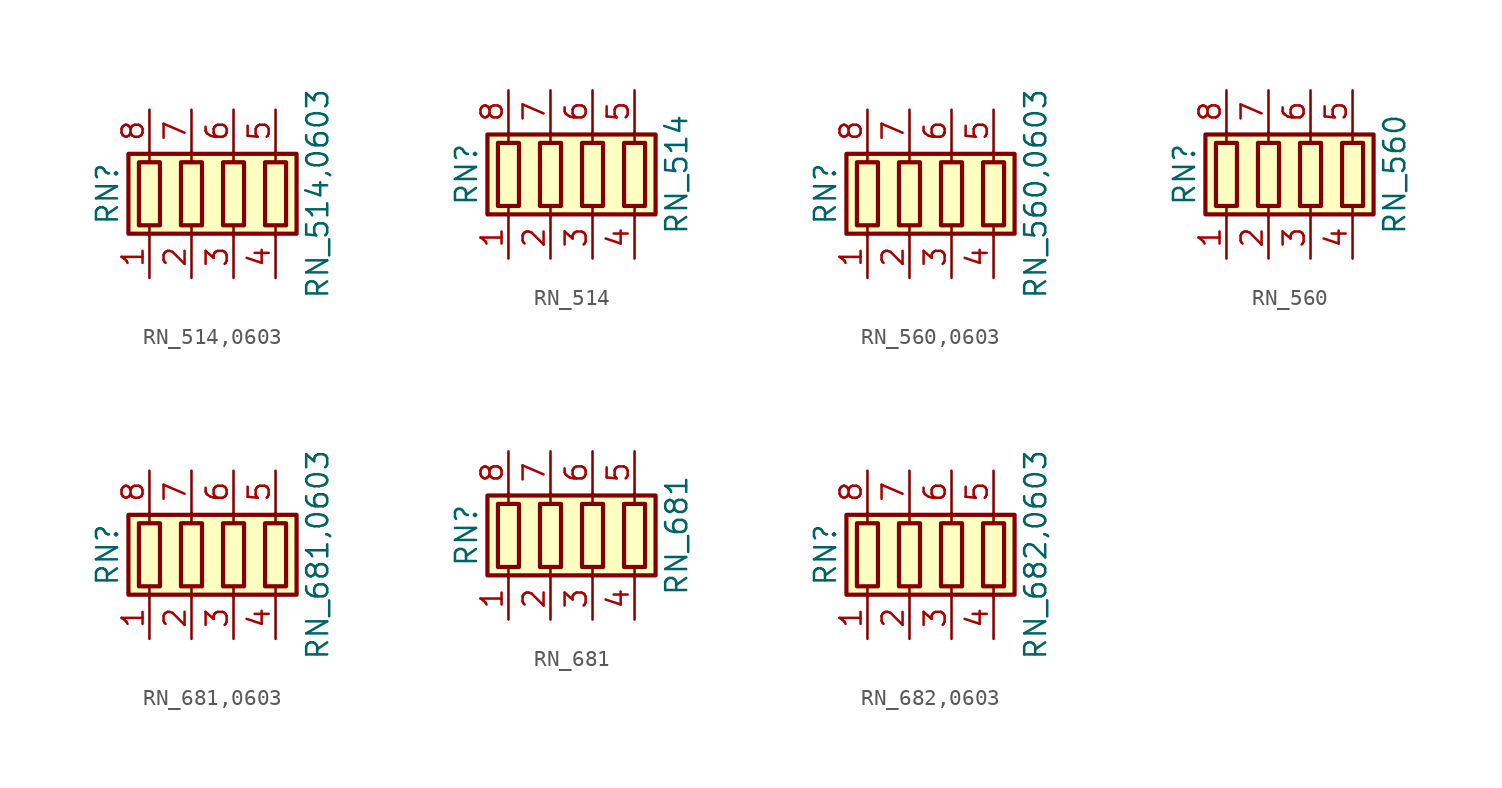
<source format=kicad_sym>
(kicad_symbol_lib
  (version 20211014)
  (generator kicad_symbol_editor)
  (symbol "RN_514,0603"
    (pin_names
      (offset 0) hide)
    (property "Reference" "RN"
      (at -7.62 0 90)
      (effects (font (size 1.27 1.27))))
    (property "Value" "RN_514,0603"
      (at 5.08 0 90)
      (effects (font (size 1.27 1.27))))
    (symbol "RN_514,0603_0_1"
      (rectangle (start -6.35 -2.413) (end 3.81 2.413) (stroke (width 0.254) (type default) (color 0 0 0 0)) (fill (type background)))
      (rectangle (start -5.715 1.905) (end -4.445 -1.905) (stroke (width 0.254) (type default) (color 0 0 0 0)) (fill (type none)))
      (rectangle (start -3.175 1.905) (end -1.905 -1.905) (stroke (width 0.254) (type default) (color 0 0 0 0)) (fill (type none)))
      (rectangle (start -0.635 1.905) (end 0.635 -1.905) (stroke (width 0.254) (type default) (color 0 0 0 0)) (fill (type none)))
      (polyline (pts (xy -5.08 -2.54) (xy -5.08 -1.905)) (stroke (width 0) (type default) (color 0 0 0 0)) (fill (type none)))
      (polyline (pts (xy -5.08 1.905) (xy -5.08 2.54)) (stroke (width 0) (type default) (color 0 0 0 0)) (fill (type none)))
      (polyline (pts (xy -2.54 -2.54) (xy -2.54 -1.905)) (stroke (width 0) (type default) (color 0 0 0 0)) (fill (type none)))
      (polyline (pts (xy -2.54 1.905) (xy -2.54 2.54)) (stroke (width 0) (type default) (color 0 0 0 0)) (fill (type none)))
      (polyline (pts (xy 0 -2.54) (xy 0 -1.905)) (stroke (width 0) (type default) (color 0 0 0 0)) (fill (type none)))
      (polyline (pts (xy 0 1.905) (xy 0 2.54)) (stroke (width 0) (type default) (color 0 0 0 0)) (fill (type none)))
      (polyline (pts (xy 2.54 -2.54) (xy 2.54 -1.905)) (stroke (width 0) (type default) (color 0 0 0 0)) (fill (type none)))
      (polyline (pts (xy 2.54 1.905) (xy 2.54 2.54)) (stroke (width 0) (type default) (color 0 0 0 0)) (fill (type none)))
      (rectangle (start 1.905 1.905) (end 3.175 -1.905) (stroke (width 0.254) (type default) (color 0 0 0 0)) (fill (type none))))
    (symbol "RN_514,0603_1_1"
      (pin passive line (at -5.08 -5.08 90) (length 2.54) (name "R1.1" (effects (font (size 1.27 1.27)))) (number "1" (effects (font (size 1.27 1.27)))))
      (pin passive line (at -2.54 -5.08 90) (length 2.54) (name "R2.1" (effects (font (size 1.27 1.27)))) (number "2" (effects (font (size 1.27 1.27)))))
      (pin passive line (at 0 -5.08 90) (length 2.54) (name "R3.1" (effects (font (size 1.27 1.27)))) (number "3" (effects (font (size 1.27 1.27)))))
      (pin passive line (at 2.54 -5.08 90) (length 2.54) (name "R4.1" (effects (font (size 1.27 1.27)))) (number "4" (effects (font (size 1.27 1.27)))))
      (pin passive line (at 2.54 5.08 270) (length 2.54) (name "R4.2" (effects (font (size 1.27 1.27)))) (number "5" (effects (font (size 1.27 1.27)))))
      (pin passive line (at 0 5.08 270) (length 2.54) (name "R3.2" (effects (font (size 1.27 1.27)))) (number "6" (effects (font (size 1.27 1.27)))))
      (pin passive line (at -2.54 5.08 270) (length 2.54) (name "R2.2" (effects (font (size 1.27 1.27)))) (number "7" (effects (font (size 1.27 1.27)))))
      (pin passive line (at -5.08 5.08 270) (length 2.54) (name "R1.2" (effects (font (size 1.27 1.27)))) (number "8" (effects (font (size 1.27 1.27)))))))
  (symbol "RN_514"
    (pin_names
      (offset 0) hide)
    (property "Reference" "RN"
      (at -7.62 0 90)
      (effects (font (size 1.27 1.27))))
    (property "Value" "RN_514"
      (at 5.08 0 90)
      (effects (font (size 1.27 1.27))))
    (symbol "RN_514_0_1"
      (rectangle (start -6.35 -2.413) (end 3.81 2.413) (stroke (width 0.254) (type default) (color 0 0 0 0)) (fill (type background)))
      (rectangle (start -5.715 1.905) (end -4.445 -1.905) (stroke (width 0.254) (type default) (color 0 0 0 0)) (fill (type none)))
      (rectangle (start -3.175 1.905) (end -1.905 -1.905) (stroke (width 0.254) (type default) (color 0 0 0 0)) (fill (type none)))
      (rectangle (start -0.635 1.905) (end 0.635 -1.905) (stroke (width 0.254) (type default) (color 0 0 0 0)) (fill (type none)))
      (polyline (pts (xy -5.08 -2.54) (xy -5.08 -1.905)) (stroke (width 0) (type default) (color 0 0 0 0)) (fill (type none)))
      (polyline (pts (xy -5.08 1.905) (xy -5.08 2.54)) (stroke (width 0) (type default) (color 0 0 0 0)) (fill (type none)))
      (polyline (pts (xy -2.54 -2.54) (xy -2.54 -1.905)) (stroke (width 0) (type default) (color 0 0 0 0)) (fill (type none)))
      (polyline (pts (xy -2.54 1.905) (xy -2.54 2.54)) (stroke (width 0) (type default) (color 0 0 0 0)) (fill (type none)))
      (polyline (pts (xy 0 -2.54) (xy 0 -1.905)) (stroke (width 0) (type default) (color 0 0 0 0)) (fill (type none)))
      (polyline (pts (xy 0 1.905) (xy 0 2.54)) (stroke (width 0) (type default) (color 0 0 0 0)) (fill (type none)))
      (polyline (pts (xy 2.54 -2.54) (xy 2.54 -1.905)) (stroke (width 0) (type default) (color 0 0 0 0)) (fill (type none)))
      (polyline (pts (xy 2.54 1.905) (xy 2.54 2.54)) (stroke (width 0) (type default) (color 0 0 0 0)) (fill (type none)))
      (rectangle (start 1.905 1.905) (end 3.175 -1.905) (stroke (width 0.254) (type default) (color 0 0 0 0)) (fill (type none))))
    (symbol "RN_514_1_1"
      (pin passive line (at -5.08 -5.08 90) (length 2.54) (name "R1.1" (effects (font (size 1.27 1.27)))) (number "1" (effects (font (size 1.27 1.27)))))
      (pin passive line (at -2.54 -5.08 90) (length 2.54) (name "R2.1" (effects (font (size 1.27 1.27)))) (number "2" (effects (font (size 1.27 1.27)))))
      (pin passive line (at 0 -5.08 90) (length 2.54) (name "R3.1" (effects (font (size 1.27 1.27)))) (number "3" (effects (font (size 1.27 1.27)))))
      (pin passive line (at 2.54 -5.08 90) (length 2.54) (name "R4.1" (effects (font (size 1.27 1.27)))) (number "4" (effects (font (size 1.27 1.27)))))
      (pin passive line (at 2.54 5.08 270) (length 2.54) (name "R4.2" (effects (font (size 1.27 1.27)))) (number "5" (effects (font (size 1.27 1.27)))))
      (pin passive line (at 0 5.08 270) (length 2.54) (name "R3.2" (effects (font (size 1.27 1.27)))) (number "6" (effects (font (size 1.27 1.27)))))
      (pin passive line (at -2.54 5.08 270) (length 2.54) (name "R2.2" (effects (font (size 1.27 1.27)))) (number "7" (effects (font (size 1.27 1.27)))))
      (pin passive line (at -5.08 5.08 270) (length 2.54) (name "R1.2" (effects (font (size 1.27 1.27)))) (number "8" (effects (font (size 1.27 1.27)))))))
  (symbol "RN_560,0603"
    (pin_names
      (offset 0) hide)
    (property "Reference" "RN"
      (at -7.62 0 90)
      (effects (font (size 1.27 1.27))))
    (property "Value" "RN_560,0603"
      (at 5.08 0 90)
      (effects (font (size 1.27 1.27))))
    (symbol "RN_560,0603_0_1"
      (rectangle (start -6.35 -2.413) (end 3.81 2.413) (stroke (width 0.254) (type default) (color 0 0 0 0)) (fill (type background)))
      (rectangle (start -5.715 1.905) (end -4.445 -1.905) (stroke (width 0.254) (type default) (color 0 0 0 0)) (fill (type none)))
      (rectangle (start -3.175 1.905) (end -1.905 -1.905) (stroke (width 0.254) (type default) (color 0 0 0 0)) (fill (type none)))
      (rectangle (start -0.635 1.905) (end 0.635 -1.905) (stroke (width 0.254) (type default) (color 0 0 0 0)) (fill (type none)))
      (polyline (pts (xy -5.08 -2.54) (xy -5.08 -1.905)) (stroke (width 0) (type default) (color 0 0 0 0)) (fill (type none)))
      (polyline (pts (xy -5.08 1.905) (xy -5.08 2.54)) (stroke (width 0) (type default) (color 0 0 0 0)) (fill (type none)))
      (polyline (pts (xy -2.54 -2.54) (xy -2.54 -1.905)) (stroke (width 0) (type default) (color 0 0 0 0)) (fill (type none)))
      (polyline (pts (xy -2.54 1.905) (xy -2.54 2.54)) (stroke (width 0) (type default) (color 0 0 0 0)) (fill (type none)))
      (polyline (pts (xy 0 -2.54) (xy 0 -1.905)) (stroke (width 0) (type default) (color 0 0 0 0)) (fill (type none)))
      (polyline (pts (xy 0 1.905) (xy 0 2.54)) (stroke (width 0) (type default) (color 0 0 0 0)) (fill (type none)))
      (polyline (pts (xy 2.54 -2.54) (xy 2.54 -1.905)) (stroke (width 0) (type default) (color 0 0 0 0)) (fill (type none)))
      (polyline (pts (xy 2.54 1.905) (xy 2.54 2.54)) (stroke (width 0) (type default) (color 0 0 0 0)) (fill (type none)))
      (rectangle (start 1.905 1.905) (end 3.175 -1.905) (stroke (width 0.254) (type default) (color 0 0 0 0)) (fill (type none))))
    (symbol "RN_560,0603_1_1"
      (pin passive line (at -5.08 -5.08 90) (length 2.54) (name "R1.1" (effects (font (size 1.27 1.27)))) (number "1" (effects (font (size 1.27 1.27)))))
      (pin passive line (at -2.54 -5.08 90) (length 2.54) (name "R2.1" (effects (font (size 1.27 1.27)))) (number "2" (effects (font (size 1.27 1.27)))))
      (pin passive line (at 0 -5.08 90) (length 2.54) (name "R3.1" (effects (font (size 1.27 1.27)))) (number "3" (effects (font (size 1.27 1.27)))))
      (pin passive line (at 2.54 -5.08 90) (length 2.54) (name "R4.1" (effects (font (size 1.27 1.27)))) (number "4" (effects (font (size 1.27 1.27)))))
      (pin passive line (at 2.54 5.08 270) (length 2.54) (name "R4.2" (effects (font (size 1.27 1.27)))) (number "5" (effects (font (size 1.27 1.27)))))
      (pin passive line (at 0 5.08 270) (length 2.54) (name "R3.2" (effects (font (size 1.27 1.27)))) (number "6" (effects (font (size 1.27 1.27)))))
      (pin passive line (at -2.54 5.08 270) (length 2.54) (name "R2.2" (effects (font (size 1.27 1.27)))) (number "7" (effects (font (size 1.27 1.27)))))
      (pin passive line (at -5.08 5.08 270) (length 2.54) (name "R1.2" (effects (font (size 1.27 1.27)))) (number "8" (effects (font (size 1.27 1.27)))))))
  (symbol "RN_560"
    (pin_names
      (offset 0) hide)
    (property "Reference" "RN"
      (at -7.62 0 90)
      (effects (font (size 1.27 1.27))))
    (property "Value" "RN_560"
      (at 5.08 0 90)
      (effects (font (size 1.27 1.27))))
    (symbol "RN_560_0_1"
      (rectangle (start -6.35 -2.413) (end 3.81 2.413) (stroke (width 0.254) (type default) (color 0 0 0 0)) (fill (type background)))
      (rectangle (start -5.715 1.905) (end -4.445 -1.905) (stroke (width 0.254) (type default) (color 0 0 0 0)) (fill (type none)))
      (rectangle (start -3.175 1.905) (end -1.905 -1.905) (stroke (width 0.254) (type default) (color 0 0 0 0)) (fill (type none)))
      (rectangle (start -0.635 1.905) (end 0.635 -1.905) (stroke (width 0.254) (type default) (color 0 0 0 0)) (fill (type none)))
      (polyline (pts (xy -5.08 -2.54) (xy -5.08 -1.905)) (stroke (width 0) (type default) (color 0 0 0 0)) (fill (type none)))
      (polyline (pts (xy -5.08 1.905) (xy -5.08 2.54)) (stroke (width 0) (type default) (color 0 0 0 0)) (fill (type none)))
      (polyline (pts (xy -2.54 -2.54) (xy -2.54 -1.905)) (stroke (width 0) (type default) (color 0 0 0 0)) (fill (type none)))
      (polyline (pts (xy -2.54 1.905) (xy -2.54 2.54)) (stroke (width 0) (type default) (color 0 0 0 0)) (fill (type none)))
      (polyline (pts (xy 0 -2.54) (xy 0 -1.905)) (stroke (width 0) (type default) (color 0 0 0 0)) (fill (type none)))
      (polyline (pts (xy 0 1.905) (xy 0 2.54)) (stroke (width 0) (type default) (color 0 0 0 0)) (fill (type none)))
      (polyline (pts (xy 2.54 -2.54) (xy 2.54 -1.905)) (stroke (width 0) (type default) (color 0 0 0 0)) (fill (type none)))
      (polyline (pts (xy 2.54 1.905) (xy 2.54 2.54)) (stroke (width 0) (type default) (color 0 0 0 0)) (fill (type none)))
      (rectangle (start 1.905 1.905) (end 3.175 -1.905) (stroke (width 0.254) (type default) (color 0 0 0 0)) (fill (type none))))
    (symbol "RN_560_1_1"
      (pin passive line (at -5.08 -5.08 90) (length 2.54) (name "R1.1" (effects (font (size 1.27 1.27)))) (number "1" (effects (font (size 1.27 1.27)))))
      (pin passive line (at -2.54 -5.08 90) (length 2.54) (name "R2.1" (effects (font (size 1.27 1.27)))) (number "2" (effects (font (size 1.27 1.27)))))
      (pin passive line (at 0 -5.08 90) (length 2.54) (name "R3.1" (effects (font (size 1.27 1.27)))) (number "3" (effects (font (size 1.27 1.27)))))
      (pin passive line (at 2.54 -5.08 90) (length 2.54) (name "R4.1" (effects (font (size 1.27 1.27)))) (number "4" (effects (font (size 1.27 1.27)))))
      (pin passive line (at 2.54 5.08 270) (length 2.54) (name "R4.2" (effects (font (size 1.27 1.27)))) (number "5" (effects (font (size 1.27 1.27)))))
      (pin passive line (at 0 5.08 270) (length 2.54) (name "R3.2" (effects (font (size 1.27 1.27)))) (number "6" (effects (font (size 1.27 1.27)))))
      (pin passive line (at -2.54 5.08 270) (length 2.54) (name "R2.2" (effects (font (size 1.27 1.27)))) (number "7" (effects (font (size 1.27 1.27)))))
      (pin passive line (at -5.08 5.08 270) (length 2.54) (name "R1.2" (effects (font (size 1.27 1.27)))) (number "8" (effects (font (size 1.27 1.27)))))))
  (symbol "RN_681,0603"
    (pin_names
      (offset 0) hide)
    (property "Reference" "RN"
      (at -7.62 0 90)
      (effects (font (size 1.27 1.27))))
    (property "Value" "RN_681,0603"
      (at 5.08 0 90)
      (effects (font (size 1.27 1.27))))
    (symbol "RN_681,0603_0_1"
      (rectangle (start -6.35 -2.413) (end 3.81 2.413) (stroke (width 0.254) (type default) (color 0 0 0 0)) (fill (type background)))
      (rectangle (start -5.715 1.905) (end -4.445 -1.905) (stroke (width 0.254) (type default) (color 0 0 0 0)) (fill (type none)))
      (rectangle (start -3.175 1.905) (end -1.905 -1.905) (stroke (width 0.254) (type default) (color 0 0 0 0)) (fill (type none)))
      (rectangle (start -0.635 1.905) (end 0.635 -1.905) (stroke (width 0.254) (type default) (color 0 0 0 0)) (fill (type none)))
      (polyline (pts (xy -5.08 -2.54) (xy -5.08 -1.905)) (stroke (width 0) (type default) (color 0 0 0 0)) (fill (type none)))
      (polyline (pts (xy -5.08 1.905) (xy -5.08 2.54)) (stroke (width 0) (type default) (color 0 0 0 0)) (fill (type none)))
      (polyline (pts (xy -2.54 -2.54) (xy -2.54 -1.905)) (stroke (width 0) (type default) (color 0 0 0 0)) (fill (type none)))
      (polyline (pts (xy -2.54 1.905) (xy -2.54 2.54)) (stroke (width 0) (type default) (color 0 0 0 0)) (fill (type none)))
      (polyline (pts (xy 0 -2.54) (xy 0 -1.905)) (stroke (width 0) (type default) (color 0 0 0 0)) (fill (type none)))
      (polyline (pts (xy 0 1.905) (xy 0 2.54)) (stroke (width 0) (type default) (color 0 0 0 0)) (fill (type none)))
      (polyline (pts (xy 2.54 -2.54) (xy 2.54 -1.905)) (stroke (width 0) (type default) (color 0 0 0 0)) (fill (type none)))
      (polyline (pts (xy 2.54 1.905) (xy 2.54 2.54)) (stroke (width 0) (type default) (color 0 0 0 0)) (fill (type none)))
      (rectangle (start 1.905 1.905) (end 3.175 -1.905) (stroke (width 0.254) (type default) (color 0 0 0 0)) (fill (type none))))
    (symbol "RN_681,0603_1_1"
      (pin passive line (at -5.08 -5.08 90) (length 2.54) (name "R1.1" (effects (font (size 1.27 1.27)))) (number "1" (effects (font (size 1.27 1.27)))))
      (pin passive line (at -2.54 -5.08 90) (length 2.54) (name "R2.1" (effects (font (size 1.27 1.27)))) (number "2" (effects (font (size 1.27 1.27)))))
      (pin passive line (at 0 -5.08 90) (length 2.54) (name "R3.1" (effects (font (size 1.27 1.27)))) (number "3" (effects (font (size 1.27 1.27)))))
      (pin passive line (at 2.54 -5.08 90) (length 2.54) (name "R4.1" (effects (font (size 1.27 1.27)))) (number "4" (effects (font (size 1.27 1.27)))))
      (pin passive line (at 2.54 5.08 270) (length 2.54) (name "R4.2" (effects (font (size 1.27 1.27)))) (number "5" (effects (font (size 1.27 1.27)))))
      (pin passive line (at 0 5.08 270) (length 2.54) (name "R3.2" (effects (font (size 1.27 1.27)))) (number "6" (effects (font (size 1.27 1.27)))))
      (pin passive line (at -2.54 5.08 270) (length 2.54) (name "R2.2" (effects (font (size 1.27 1.27)))) (number "7" (effects (font (size 1.27 1.27)))))
      (pin passive line (at -5.08 5.08 270) (length 2.54) (name "R1.2" (effects (font (size 1.27 1.27)))) (number "8" (effects (font (size 1.27 1.27)))))))
  (symbol "RN_681"
    (pin_names
      (offset 0) hide)
    (property "Reference" "RN"
      (at -7.62 0 90)
      (effects (font (size 1.27 1.27))))
    (property "Value" "RN_681"
      (at 5.08 0 90)
      (effects (font (size 1.27 1.27))))
    (symbol "RN_681_0_1"
      (rectangle (start -6.35 -2.413) (end 3.81 2.413) (stroke (width 0.254) (type default) (color 0 0 0 0)) (fill (type background)))
      (rectangle (start -5.715 1.905) (end -4.445 -1.905) (stroke (width 0.254) (type default) (color 0 0 0 0)) (fill (type none)))
      (rectangle (start -3.175 1.905) (end -1.905 -1.905) (stroke (width 0.254) (type default) (color 0 0 0 0)) (fill (type none)))
      (rectangle (start -0.635 1.905) (end 0.635 -1.905) (stroke (width 0.254) (type default) (color 0 0 0 0)) (fill (type none)))
      (polyline (pts (xy -5.08 -2.54) (xy -5.08 -1.905)) (stroke (width 0) (type default) (color 0 0 0 0)) (fill (type none)))
      (polyline (pts (xy -5.08 1.905) (xy -5.08 2.54)) (stroke (width 0) (type default) (color 0 0 0 0)) (fill (type none)))
      (polyline (pts (xy -2.54 -2.54) (xy -2.54 -1.905)) (stroke (width 0) (type default) (color 0 0 0 0)) (fill (type none)))
      (polyline (pts (xy -2.54 1.905) (xy -2.54 2.54)) (stroke (width 0) (type default) (color 0 0 0 0)) (fill (type none)))
      (polyline (pts (xy 0 -2.54) (xy 0 -1.905)) (stroke (width 0) (type default) (color 0 0 0 0)) (fill (type none)))
      (polyline (pts (xy 0 1.905) (xy 0 2.54)) (stroke (width 0) (type default) (color 0 0 0 0)) (fill (type none)))
      (polyline (pts (xy 2.54 -2.54) (xy 2.54 -1.905)) (stroke (width 0) (type default) (color 0 0 0 0)) (fill (type none)))
      (polyline (pts (xy 2.54 1.905) (xy 2.54 2.54)) (stroke (width 0) (type default) (color 0 0 0 0)) (fill (type none)))
      (rectangle (start 1.905 1.905) (end 3.175 -1.905) (stroke (width 0.254) (type default) (color 0 0 0 0)) (fill (type none))))
    (symbol "RN_681_1_1"
      (pin passive line (at -5.08 -5.08 90) (length 2.54) (name "R1.1" (effects (font (size 1.27 1.27)))) (number "1" (effects (font (size 1.27 1.27)))))
      (pin passive line (at -2.54 -5.08 90) (length 2.54) (name "R2.1" (effects (font (size 1.27 1.27)))) (number "2" (effects (font (size 1.27 1.27)))))
      (pin passive line (at 0 -5.08 90) (length 2.54) (name "R3.1" (effects (font (size 1.27 1.27)))) (number "3" (effects (font (size 1.27 1.27)))))
      (pin passive line (at 2.54 -5.08 90) (length 2.54) (name "R4.1" (effects (font (size 1.27 1.27)))) (number "4" (effects (font (size 1.27 1.27)))))
      (pin passive line (at 2.54 5.08 270) (length 2.54) (name "R4.2" (effects (font (size 1.27 1.27)))) (number "5" (effects (font (size 1.27 1.27)))))
      (pin passive line (at 0 5.08 270) (length 2.54) (name "R3.2" (effects (font (size 1.27 1.27)))) (number "6" (effects (font (size 1.27 1.27)))))
      (pin passive line (at -2.54 5.08 270) (length 2.54) (name "R2.2" (effects (font (size 1.27 1.27)))) (number "7" (effects (font (size 1.27 1.27)))))
      (pin passive line (at -5.08 5.08 270) (length 2.54) (name "R1.2" (effects (font (size 1.27 1.27)))) (number "8" (effects (font (size 1.27 1.27)))))))
  (symbol "RN_682,0603"
    (pin_names
      (offset 0) hide)
    (property "Reference" "RN"
      (at -7.62 0 90)
      (effects (font (size 1.27 1.27))))
    (property "Value" "RN_682,0603"
      (at 5.08 0 90)
      (effects (font (size 1.27 1.27))))
    (symbol "RN_682,0603_0_1"
      (rectangle (start -6.35 -2.413) (end 3.81 2.413) (stroke (width 0.254) (type default) (color 0 0 0 0)) (fill (type background)))
      (rectangle (start -5.715 1.905) (end -4.445 -1.905) (stroke (width 0.254) (type default) (color 0 0 0 0)) (fill (type none)))
      (rectangle (start -3.175 1.905) (end -1.905 -1.905) (stroke (width 0.254) (type default) (color 0 0 0 0)) (fill (type none)))
      (rectangle (start -0.635 1.905) (end 0.635 -1.905) (stroke (width 0.254) (type default) (color 0 0 0 0)) (fill (type none)))
      (polyline (pts (xy -5.08 -2.54) (xy -5.08 -1.905)) (stroke (width 0) (type default) (color 0 0 0 0)) (fill (type none)))
      (polyline (pts (xy -5.08 1.905) (xy -5.08 2.54)) (stroke (width 0) (type default) (color 0 0 0 0)) (fill (type none)))
      (polyline (pts (xy -2.54 -2.54) (xy -2.54 -1.905)) (stroke (width 0) (type default) (color 0 0 0 0)) (fill (type none)))
      (polyline (pts (xy -2.54 1.905) (xy -2.54 2.54)) (stroke (width 0) (type default) (color 0 0 0 0)) (fill (type none)))
      (polyline (pts (xy 0 -2.54) (xy 0 -1.905)) (stroke (width 0) (type default) (color 0 0 0 0)) (fill (type none)))
      (polyline (pts (xy 0 1.905) (xy 0 2.54)) (stroke (width 0) (type default) (color 0 0 0 0)) (fill (type none)))
      (polyline (pts (xy 2.54 -2.54) (xy 2.54 -1.905)) (stroke (width 0) (type default) (color 0 0 0 0)) (fill (type none)))
      (polyline (pts (xy 2.54 1.905) (xy 2.54 2.54)) (stroke (width 0) (type default) (color 0 0 0 0)) (fill (type none)))
      (rectangle (start 1.905 1.905) (end 3.175 -1.905) (stroke (width 0.254) (type default) (color 0 0 0 0)) (fill (type none))))
    (symbol "RN_682,0603_1_1"
      (pin passive line (at -5.08 -5.08 90) (length 2.54) (name "R1.1" (effects (font (size 1.27 1.27)))) (number "1" (effects (font (size 1.27 1.27)))))
      (pin passive line (at -2.54 -5.08 90) (length 2.54) (name "R2.1" (effects (font (size 1.27 1.27)))) (number "2" (effects (font (size 1.27 1.27)))))
      (pin passive line (at 0 -5.08 90) (length 2.54) (name "R3.1" (effects (font (size 1.27 1.27)))) (number "3" (effects (font (size 1.27 1.27)))))
      (pin passive line (at 2.54 -5.08 90) (length 2.54) (name "R4.1" (effects (font (size 1.27 1.27)))) (number "4" (effects (font (size 1.27 1.27)))))
      (pin passive line (at 2.54 5.08 270) (length 2.54) (name "R4.2" (effects (font (size 1.27 1.27)))) (number "5" (effects (font (size 1.27 1.27)))))
      (pin passive line (at 0 5.08 270) (length 2.54) (name "R3.2" (effects (font (size 1.27 1.27)))) (number "6" (effects (font (size 1.27 1.27)))))
      (pin passive line (at -2.54 5.08 270) (length 2.54) (name "R2.2" (effects (font (size 1.27 1.27)))) (number "7" (effects (font (size 1.27 1.27)))))
      (pin passive line (at -5.08 5.08 270) (length 2.54) (name "R1.2" (effects (font (size 1.27 1.27)))) (number "8" (effects (font (size 1.27 1.27))))))))
</source>
